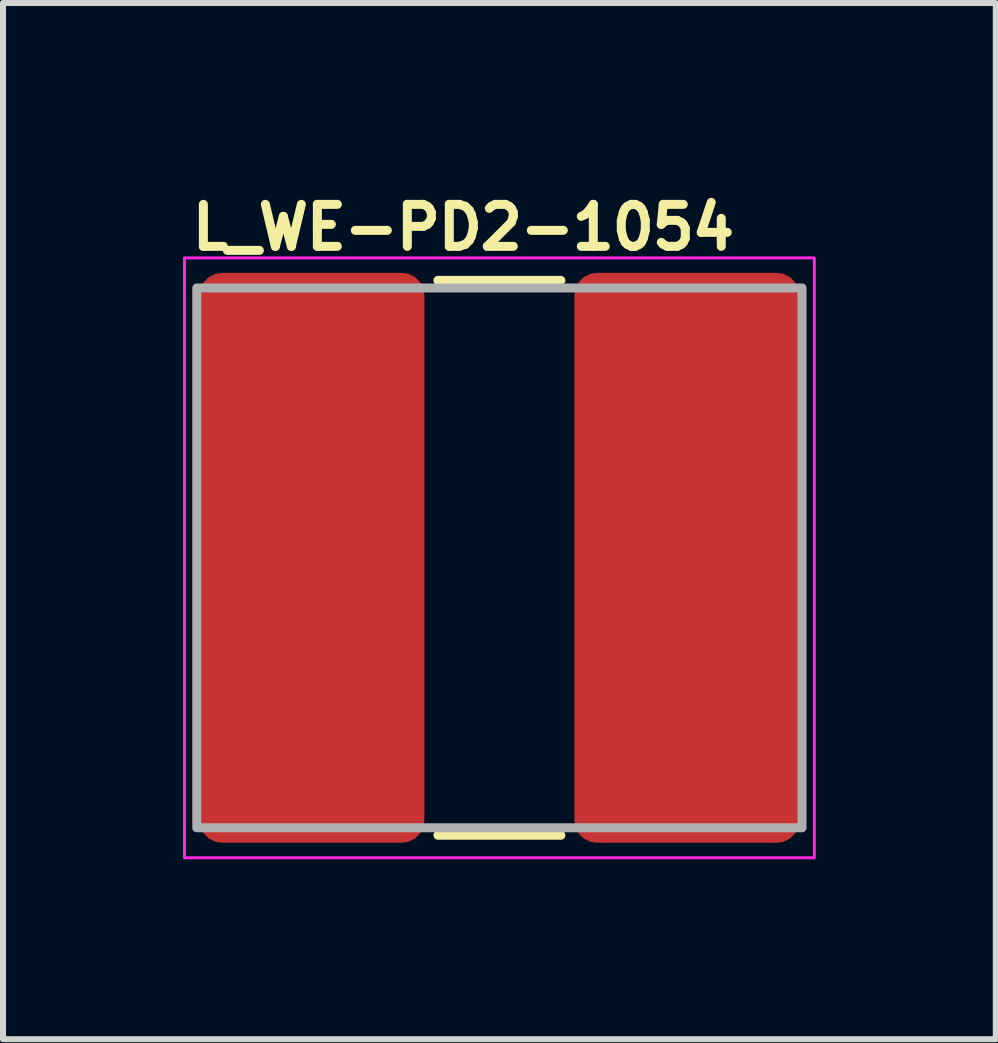
<source format=kicad_pcb>
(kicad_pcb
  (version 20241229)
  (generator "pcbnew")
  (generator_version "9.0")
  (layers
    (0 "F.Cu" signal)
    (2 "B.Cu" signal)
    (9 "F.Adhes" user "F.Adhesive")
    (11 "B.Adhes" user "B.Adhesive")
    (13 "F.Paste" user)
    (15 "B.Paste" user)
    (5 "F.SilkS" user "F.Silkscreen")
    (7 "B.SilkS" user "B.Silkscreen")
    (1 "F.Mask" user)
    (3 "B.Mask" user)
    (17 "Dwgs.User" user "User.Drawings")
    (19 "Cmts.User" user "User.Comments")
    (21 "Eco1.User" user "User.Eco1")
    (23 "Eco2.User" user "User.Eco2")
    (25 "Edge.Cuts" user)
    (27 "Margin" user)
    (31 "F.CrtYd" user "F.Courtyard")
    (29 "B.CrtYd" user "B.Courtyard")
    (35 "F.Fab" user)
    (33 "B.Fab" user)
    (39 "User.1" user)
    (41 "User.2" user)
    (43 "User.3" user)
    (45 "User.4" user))
  (footprint "L_WE-PD2-1054"
    (layer "F.Cu")
    (at 5.275 6.249)
    (property "Reference" "L_WE-PD2-1054" (at -5.2 -5.099 0) (layer "F.SilkS") (effects (font (size 0.7 0.7) (thickness 0.15)) (justify left bottom)))
    (attr smd)
    (fp_line (start 1.025 -4.625) (end -1.025 -4.625) (stroke (width 0.15) (type solid)) (layer "F.SilkS"))
    (fp_line (start 1.025 4.625) (end -1.025 4.625) (stroke (width 0.15) (type solid)) (layer "F.SilkS"))
    (fp_rect (start -5.25 -5) (end 5.25 5) (stroke (width 0.05) (type solid)) (fill no) (layer "F.CrtYd"))
    (fp_rect (start -5.045 -4.499) (end 5.045 4.5) (stroke (width 0.15) (type solid)) (fill no) (layer "F.Fab"))
    (fp_rect (start -5.05 -4.5) (end 5.05 4.5) (stroke (width 0.1) (type solid)) (fill no) (layer "User.5"))
    (fp_line (start -5.045 -0.001) (end -5.043 0.017) (stroke (width 0.02) (type solid)) (layer "User.9"))
    (fp_line (start -5.043 -0.035) (end -5.043 -0.018) (stroke (width 0.02) (type solid)) (layer "User.9"))
    (fp_line (start -5.043 -0.018) (end -5.045 -0.001) (stroke (width 0.02) (type solid)) (layer "User.9"))
    (fp_line (start -5.043 0.017) (end -5.043 0.035) (stroke (width 0.02) (type solid)) (layer "User.9"))
    (fp_line (start -5.043 0.035) (end -5.04 0.052) (stroke (width 0.02) (type solid)) (layer "User.9"))
    (fp_line (start -5.04 -0.052) (end -5.043 -0.035) (stroke (width 0.02) (type solid)) (layer "User.9"))
    (fp_line (start -5.04 0.052) (end -5.035 0.069) (stroke (width 0.02) (type solid)) (layer "User.9"))
    (fp_line (start -5.035 -0.069) (end -5.04 -0.052) (stroke (width 0.02) (type solid)) (layer "User.9"))
    (fp_line (start -5.035 0.069) (end -5.031 0.085) (stroke (width 0.02) (type solid)) (layer "User.9"))
    (fp_line (start -5.031 -0.085) (end -5.035 -0.069) (stroke (width 0.02) (type solid)) (layer "User.9"))
    (fp_line (start -5.031 0.085) (end -5.024 0.102) (stroke (width 0.02) (type solid)) (layer "User.9"))
    (fp_line (start -5.024 -0.102) (end -5.031 -0.085) (stroke (width 0.02) (type solid)) (layer "User.9"))
    (fp_line (start -5.024 0.102) (end -5.016 0.12) (stroke (width 0.02) (type solid)) (layer "User.9"))
    (fp_line (start -5.016 -0.12) (end -5.024 -0.102) (stroke (width 0.02) (type solid)) (layer "User.9"))
    (fp_line (start -5.016 0.12) (end -5.008 0.136) (stroke (width 0.02) (type solid)) (layer "User.9"))
    (fp_line (start -5.008 -0.136) (end -5.016 -0.12) (stroke (width 0.02) (type solid)) (layer "User.9"))
    (fp_line (start -5.008 -0.136) (end -5.008 -0.136) (stroke (width 0.02) (type solid)) (layer "User.9"))
    (fp_line (start -5.008 0.136) (end -5.008 0.136) (stroke (width 0.02) (type solid)) (layer "User.9"))
    (fp_line (start -5.008 0.136) (end -5.003 0.142) (stroke (width 0.02) (type solid)) (layer "User.9"))
    (fp_line (start -5.003 0.142) (end -5 0.151) (stroke (width 0.02) (type solid)) (layer "User.9"))
    (fp_line (start -5 -0.151) (end -5.008 -0.136) (stroke (width 0.02) (type solid)) (layer "User.9"))
    (fp_line (start -5 0.151) (end -4.995 0.158) (stroke (width 0.02) (type solid)) (layer "User.9"))
    (fp_line (start -4.999 0.152) (end -4.973 0.521) (stroke (width 0.02) (type solid)) (layer "User.9"))
    (fp_line (start -4.995 0.158) (end -4.989 0.166) (stroke (width 0.02) (type solid)) (layer "User.9"))
    (fp_line (start -4.989 -0.337) (end -4.999 -0.152) (stroke (width 0.02) (type solid)) (layer "User.9"))
    (fp_line (start -4.989 -0.166) (end -5 -0.151) (stroke (width 0.02) (type solid)) (layer "User.9"))
    (fp_line (start -4.989 0.166) (end -4.984 0.172) (stroke (width 0.02) (type solid)) (layer "User.9"))
    (fp_line (start -4.984 0.172) (end -4.978 0.179) (stroke (width 0.02) (type solid)) (layer "User.9"))
    (fp_line (start -4.978 -0.179) (end -4.989 -0.166) (stroke (width 0.02) (type solid)) (layer "User.9"))
    (fp_line (start -4.978 0.179) (end -4.971 0.186) (stroke (width 0.02) (type solid)) (layer "User.9"))
    (fp_line (start -4.973 -0.521) (end -4.989 -0.337) (stroke (width 0.02) (type solid)) (layer "User.9"))
    (fp_line (start -4.973 0.521) (end -4.918 0.883) (stroke (width 0.02) (type solid)) (layer "User.9"))
    (fp_line (start -4.971 0.186) (end -4.966 0.192) (stroke (width 0.02) (type solid)) (layer "User.9"))
    (fp_line (start -4.966 -0.192) (end -4.978 -0.179) (stroke (width 0.02) (type solid)) (layer "User.9"))
    (fp_line (start -4.966 0.192) (end -4.958 0.199) (stroke (width 0.02) (type solid)) (layer "User.9"))
    (fp_line (start -4.958 0.199) (end -4.953 0.203) (stroke (width 0.02) (type solid)) (layer "User.9"))
    (fp_line (start -4.953 -0.666) (end -4.952 -0.674) (stroke (width 0.02) (type solid)) (layer "User.9"))
    (fp_line (start -4.953 -0.657) (end -4.953 -0.666) (stroke (width 0.02) (type solid)) (layer "User.9"))
    (fp_line (start -4.953 -0.649) (end -4.953 -0.657) (stroke (width 0.02) (type solid)) (layer "User.9"))
    (fp_line (start -4.953 -0.64) (end -4.953 -0.649) (stroke (width 0.02) (type solid)) (layer "User.9"))
    (fp_line (start -4.953 -0.203) (end -4.966 -0.192) (stroke (width 0.02) (type solid)) (layer "User.9"))
    (fp_line (start -4.953 0.203) (end -4.946 0.21) (stroke (width 0.02) (type solid)) (layer "User.9"))
    (fp_line (start -4.953 0.649) (end -4.952 0.632) (stroke (width 0.02) (type solid)) (layer "User.9"))
    (fp_line (start -4.953 0.657) (end -4.953 0.649) (stroke (width 0.02) (type solid)) (layer "User.9"))
    (fp_line (start -4.953 0.666) (end -4.953 0.657) (stroke (width 0.02) (type solid)) (layer "User.9"))
    (fp_line (start -4.952 -0.674) (end -4.95 -0.683) (stroke (width 0.02) (type solid)) (layer "User.9"))
    (fp_line (start -4.952 -0.632) (end -4.953 -0.64) (stroke (width 0.02) (type solid)) (layer "User.9"))
    (fp_line (start -4.952 0.632) (end -4.949 0.615) (stroke (width 0.02) (type solid)) (layer "User.9"))
    (fp_line (start -4.952 0.674) (end -4.953 0.666) (stroke (width 0.02) (type solid)) (layer "User.9"))
    (fp_line (start -4.95 -0.683) (end -4.891 -1.012) (stroke (width 0.02) (type solid)) (layer "User.9"))
    (fp_line (start -4.95 -0.623) (end -4.952 -0.632) (stroke (width 0.02) (type solid)) (layer "User.9"))
    (fp_line (start -4.95 0.682) (end -4.952 0.674) (stroke (width 0.02) (type solid)) (layer "User.9"))
    (fp_line (start -4.949 -0.703) (end -4.973 -0.521) (stroke (width 0.02) (type solid)) (layer "User.9"))
    (fp_line (start -4.949 -0.615) (end -4.95 -0.623) (stroke (width 0.02) (type solid)) (layer "User.9"))
    (fp_line (start -4.949 0.615) (end -4.945 0.599) (stroke (width 0.02) (type solid)) (layer "User.9"))
    (fp_line (start -4.947 -0.607) (end -4.949 -0.615) (stroke (width 0.02) (type solid)) (layer "User.9"))
    (fp_line (start -4.946 0.21) (end -4.939 0.216) (stroke (width 0.02) (type solid)) (layer "User.9"))
    (fp_line (start -4.945 -0.599) (end -4.947 -0.607) (stroke (width 0.02) (type solid)) (layer "User.9"))
    (fp_line (start -4.945 0.599) (end -4.939 0.583) (stroke (width 0.02) (type solid)) (layer "User.9"))
    (fp_line (start -4.942 -0.591) (end -4.945 -0.599) (stroke (width 0.02) (type solid)) (layer "User.9"))
    (fp_line (start -4.939 -0.583) (end -4.942 -0.591) (stroke (width 0.02) (type solid)) (layer "User.9"))
    (fp_line (start -4.939 -0.216) (end -4.953 -0.203) (stroke (width 0.02) (type solid)) (layer "User.9"))
    (fp_line (start -4.939 0.216) (end -4.932 0.221) (stroke (width 0.02) (type solid)) (layer "User.9"))
    (fp_line (start -4.939 0.583) (end -4.933 0.565) (stroke (width 0.02) (type solid)) (layer "User.9"))
    (fp_line (start -4.937 -0.575) (end -4.939 -0.583) (stroke (width 0.02) (type solid)) (layer "User.9"))
    (fp_line (start -4.933 -0.566) (end -4.937 -0.575) (stroke (width 0.02) (type solid)) (layer "User.9"))
    (fp_line (start -4.933 0.565) (end -4.925 0.552) (stroke (width 0.02) (type solid)) (layer "User.9"))
    (fp_line (start -4.932 0.221) (end -4.925 0.226) (stroke (width 0.02) (type solid)) (layer "User.9"))
    (fp_line (start -4.929 -0.56) (end -4.933 -0.566) (stroke (width 0.02) (type solid)) (layer "User.9"))
    (fp_line (start -4.925 -0.553) (end -4.929 -0.56) (stroke (width 0.02) (type solid)) (layer "User.9"))
    (fp_line (start -4.925 -0.226) (end -4.939 -0.216) (stroke (width 0.02) (type solid)) (layer "User.9"))
    (fp_line (start -4.925 0.226) (end -4.917 0.231) (stroke (width 0.02) (type solid)) (layer "User.9"))
    (fp_line (start -4.925 0.552) (end -4.916 0.539) (stroke (width 0.02) (type solid)) (layer "User.9"))
    (fp_line (start -4.923 0.849) (end -4.95 0.682) (stroke (width 0.02) (type solid)) (layer "User.9"))
    (fp_line (start -4.921 -0.546) (end -4.925 -0.553) (stroke (width 0.02) (type solid)) (layer "User.9"))
    (fp_line (start -4.918 -0.883) (end -4.949 -0.703) (stroke (width 0.02) (type solid)) (layer "User.9"))
    (fp_line (start -4.918 0.883) (end -4.837 1.237) (stroke (width 0.02) (type solid)) (layer "User.9"))
    (fp_line (start -4.917 0.231) (end -4.91 0.234) (stroke (width 0.02) (type solid)) (layer "User.9"))
    (fp_line (start -4.916 -0.539) (end -4.921 -0.546) (stroke (width 0.02) (type solid)) (layer "User.9"))
    (fp_line (start -4.916 0.539) (end -4.906 0.526) (stroke (width 0.02) (type solid)) (layer "User.9"))
    (fp_line (start -4.91 -0.532) (end -4.916 -0.539) (stroke (width 0.02) (type solid)) (layer "User.9"))
    (fp_line (start -4.91 -0.234) (end -4.925 -0.226) (stroke (width 0.02) (type solid)) (layer "User.9"))
    (fp_line (start -4.91 0.234) (end -4.902 0.238) (stroke (width 0.02) (type solid)) (layer "User.9"))
    (fp_line (start -4.906 -0.526) (end -4.91 -0.532) (stroke (width 0.02) (type solid)) (layer "User.9"))
    (fp_line (start -4.906 0.526) (end -4.894 0.513) (stroke (width 0.02) (type solid)) (layer "User.9"))
    (fp_line (start -4.902 0.238) (end -4.894 0.243) (stroke (width 0.02) (type solid)) (layer "User.9"))
    (fp_line (start -4.901 -0.519) (end -4.906 -0.526) (stroke (width 0.02) (type solid)) (layer "User.9"))
    (fp_line (start -4.894 -0.513) (end -4.901 -0.519) (stroke (width 0.02) (type solid)) (layer "User.9"))
    (fp_line (start -4.894 -0.243) (end -4.91 -0.234) (stroke (width 0.02) (type solid)) (layer "User.9"))
    (fp_line (start -4.894 0.243) (end -4.885 0.247) (stroke (width 0.02) (type solid)) (layer "User.9"))
    (fp_line (start -4.894 0.513) (end -4.883 0.502) (stroke (width 0.02) (type solid)) (layer "User.9"))
    (fp_line (start -4.891 -1.012) (end -4.809 -1.334) (stroke (width 0.02) (type solid)) (layer "User.9"))
    (fp_line (start -4.891 1.012) (end -4.923 0.849) (stroke (width 0.02) (type solid)) (layer "User.9"))
    (fp_line (start -4.889 -0.507) (end -4.894 -0.513) (stroke (width 0.02) (type solid)) (layer "User.9"))
    (fp_line (start -4.885 0.247) (end -4.878 0.251) (stroke (width 0.02) (type solid)) (layer "User.9"))
    (fp_line (start -4.883 -0.502) (end -4.889 -0.507) (stroke (width 0.02) (type solid)) (layer "User.9"))
    (fp_line (start -4.883 0.502) (end -4.869 0.492) (stroke (width 0.02) (type solid)) (layer "User.9"))
    (fp_line (start -4.881 -1.062) (end -4.918 -0.883) (stroke (width 0.02) (type solid)) (layer "User.9"))
    (fp_line (start -4.878 -0.251) (end -4.894 -0.243) (stroke (width 0.02) (type solid)) (layer "User.9"))
    (fp_line (start -4.878 0.251) (end -4.87 0.254) (stroke (width 0.02) (type solid)) (layer "User.9"))
    (fp_line (start -4.875 -0.497) (end -4.883 -0.502) (stroke (width 0.02) (type solid)) (layer "User.9"))
    (fp_line (start -4.87 0.254) (end -4.861 0.257) (stroke (width 0.02) (type solid)) (layer "User.9"))
    (fp_line (start -4.869 -0.492) (end -4.875 -0.497) (stroke (width 0.02) (type solid)) (layer "User.9"))
    (fp_line (start -4.869 0.492) (end -4.855 0.482) (stroke (width 0.02) (type solid)) (layer "User.9"))
    (fp_line (start -4.862 -0.487) (end -4.869 -0.492) (stroke (width 0.02) (type solid)) (layer "User.9"))
    (fp_line (start -4.861 -0.257) (end -4.878 -0.251) (stroke (width 0.02) (type solid)) (layer "User.9"))
    (fp_line (start -4.861 0.257) (end -4.853 0.26) (stroke (width 0.02) (type solid)) (layer "User.9"))
    (fp_line (start -4.855 -0.482) (end -4.862 -0.487) (stroke (width 0.02) (type solid)) (layer "User.9"))
    (fp_line (start -4.855 0.482) (end -4.846 0.476) (stroke (width 0.02) (type solid)) (layer "User.9"))
    (fp_line (start -4.853 0.26) (end -4.845 0.262) (stroke (width 0.02) (type solid)) (layer "User.9"))
    (fp_line (start -4.846 -0.477) (end -4.855 -0.482) (stroke (width 0.02) (type solid)) (layer "User.9"))
    (fp_line (start -4.846 0.476) (end -4.84 0.472) (stroke (width 0.02) (type solid)) (layer "User.9"))
    (fp_line (start -4.845 -0.262) (end -4.861 -0.257) (stroke (width 0.02) (type solid)) (layer "User.9"))
    (fp_line (start -4.845 0.262) (end -4.836 0.264) (stroke (width 0.02) (type solid)) (layer "User.9"))
    (fp_line (start -4.84 -0.473) (end -4.846 -0.477) (stroke (width 0.02) (type solid)) (layer "User.9"))
    (fp_line (start -4.84 0.472) (end -4.832 0.468) (stroke (width 0.02) (type solid)) (layer "User.9"))
    (fp_line (start -4.837 -1.237) (end -4.881 -1.062) (stroke (width 0.02) (type solid)) (layer "User.9"))
    (fp_line (start -4.837 1.237) (end -4.73 1.582) (stroke (width 0.02) (type solid)) (layer "User.9"))
    (fp_line (start -4.836 0.264) (end -4.827 0.265) (stroke (width 0.02) (type solid)) (layer "User.9"))
    (fp_line (start -4.832 -0.469) (end -4.84 -0.473) (stroke (width 0.02) (type solid)) (layer "User.9"))
    (fp_line (start -4.832 0.468) (end -4.824 0.467) (stroke (width 0.02) (type solid)) (layer "User.9"))
    (fp_line (start -4.827 -0.266) (end -4.845 -0.262) (stroke (width 0.02) (type solid)) (layer "User.9"))
    (fp_line (start -4.827 0.265) (end -4.817 0.267) (stroke (width 0.02) (type solid)) (layer "User.9"))
    (fp_line (start -4.824 -0.467) (end -4.832 -0.469) (stroke (width 0.02) (type solid)) (layer "User.9"))
    (fp_line (start -4.824 -0.467) (end -4.806 -0.46) (stroke (width 0.02) (type solid)) (layer "User.9"))
    (fp_line (start -4.824 -0.467) (end -4.806 -0.46) (stroke (width 0.02) (type solid)) (layer "User.9"))
    (fp_line (start -4.817 0.267) (end -4.809 0.268) (stroke (width 0.02) (type solid)) (layer "User.9"))
    (fp_line (start -4.809 -1.334) (end -4.705 -1.645) (stroke (width 0.02) (type solid)) (layer "User.9"))
    (fp_line (start -4.809 -0.269) (end -4.827 -0.266) (stroke (width 0.02) (type solid)) (layer "User.9"))
    (fp_line (start -4.809 0.268) (end -4.801 0.269) (stroke (width 0.02) (type solid)) (layer "User.9"))
    (fp_line (start -4.809 1.335) (end -4.891 1.012) (stroke (width 0.02) (type solid)) (layer "User.9"))
    (fp_line (start -4.806 -0.46) (end -4.788 -0.452) (stroke (width 0.02) (type solid)) (layer "User.9"))
    (fp_line (start -4.806 -0.46) (end -4.788 -0.452) (stroke (width 0.02) (type solid)) (layer "User.9"))
    (fp_line (start -4.801 0.269) (end -4.792 0.27) (stroke (width 0.02) (type solid)) (layer "User.9"))
    (fp_line (start -4.792 -0.271) (end -4.809 -0.269) (stroke (width 0.02) (type solid)) (layer "User.9"))
    (fp_line (start -4.792 0.27) (end -4.782 0.27) (stroke (width 0.02) (type solid)) (layer "User.9"))
    (fp_line (start -4.788 -0.452) (end -4.771 -0.444) (stroke (width 0.02) (type solid)) (layer "User.9"))
    (fp_line (start -4.788 -0.452) (end -4.771 -0.444) (stroke (width 0.02) (type solid)) (layer "User.9"))
    (fp_line (start -4.788 0.452) (end -4.824 0.467) (stroke (width 0.02) (type solid)) (layer "User.9"))
    (fp_line (start -4.788 0.452) (end -4.824 0.467) (stroke (width 0.02) (type solid)) (layer "User.9"))
    (fp_line (start -4.787 -1.411) (end -4.837 -1.237) (stroke (width 0.02) (type solid)) (layer "User.9"))
    (fp_line (start -4.782 0.27) (end -4.774 0.271) (stroke (width 0.02) (type solid)) (layer "User.9"))
    (fp_line (start -4.773 -0.271) (end -4.792 -0.271) (stroke (width 0.02) (type solid)) (layer "User.9"))
    (fp_line (start -4.771 -0.444) (end -4.753 -0.435) (stroke (width 0.02) (type solid)) (layer "User.9"))
    (fp_line (start -4.771 -0.444) (end -4.753 -0.435) (stroke (width 0.02) (type solid)) (layer "User.9"))
    (fp_line (start -4.753 -0.435) (end -4.737 -0.425) (stroke (width 0.02) (type solid)) (layer "User.9"))
    (fp_line (start -4.753 -0.435) (end -4.737 -0.425) (stroke (width 0.02) (type solid)) (layer "User.9"))
    (fp_line (start -4.753 0.435) (end -4.788 0.452) (stroke (width 0.02) (type solid)) (layer "User.9"))
    (fp_line (start -4.753 0.435) (end -4.788 0.452) (stroke (width 0.02) (type solid)) (layer "User.9"))
    (fp_line (start -4.737 -0.425) (end -4.721 -0.414) (stroke (width 0.02) (type solid)) (layer "User.9"))
    (fp_line (start -4.737 -0.425) (end -4.721 -0.414) (stroke (width 0.02) (type solid)) (layer "User.9"))
    (fp_line (start -4.73 -1.582) (end -4.787 -1.411) (stroke (width 0.02) (type solid)) (layer "User.9"))
    (fp_line (start -4.73 1.582) (end -4.596 1.915) (stroke (width 0.02) (type solid)) (layer "User.9"))
    (fp_line (start -4.721 -0.414) (end -4.705 -0.404) (stroke (width 0.02) (type solid)) (layer "User.9"))
    (fp_line (start -4.721 -0.414) (end -4.705 -0.404) (stroke (width 0.02) (type solid)) (layer "User.9"))
    (fp_line (start -4.721 0.413) (end -4.753 0.435) (stroke (width 0.02) (type solid)) (layer "User.9"))
    (fp_line (start -4.721 0.413) (end -4.753 0.435) (stroke (width 0.02) (type solid)) (layer "User.9"))
    (fp_line (start -4.705 -1.645) (end -4.58 -1.949) (stroke (width 0.02) (type solid)) (layer "User.9"))
    (fp_line (start -4.705 -0.404) (end -4.691 -0.392) (stroke (width 0.02) (type solid)) (layer "User.9"))
    (fp_line (start -4.705 -0.404) (end -4.691 -0.392) (stroke (width 0.02) (type solid)) (layer "User.9"))
    (fp_line (start -4.705 1.645) (end -4.809 1.335) (stroke (width 0.02) (type solid)) (layer "User.9"))
    (fp_line (start -4.691 -0.392) (end -4.676 -0.38) (stroke (width 0.02) (type solid)) (layer "User.9"))
    (fp_line (start -4.691 -0.392) (end -4.676 -0.38) (stroke (width 0.02) (type solid)) (layer "User.9"))
    (fp_line (start -4.691 0.392) (end -4.721 0.413) (stroke (width 0.02) (type solid)) (layer "User.9"))
    (fp_line (start -4.691 0.392) (end -4.721 0.413) (stroke (width 0.02) (type solid)) (layer "User.9"))
    (fp_line (start -4.676 -0.38) (end -4.663 -0.368) (stroke (width 0.02) (type solid)) (layer "User.9"))
    (fp_line (start -4.676 -0.38) (end -4.663 -0.368) (stroke (width 0.02) (type solid)) (layer "User.9"))
    (fp_line (start -4.667 -1.75) (end -4.73 -1.582) (stroke (width 0.02) (type solid)) (layer "User.9"))
    (fp_line (start -4.663 -0.368) (end -4.649 -0.355) (stroke (width 0.02) (type solid)) (layer "User.9"))
    (fp_line (start -4.663 -0.368) (end -4.649 -0.355) (stroke (width 0.02) (type solid)) (layer "User.9"))
    (fp_line (start -4.663 0.368) (end -4.691 0.392) (stroke (width 0.02) (type solid)) (layer "User.9"))
    (fp_line (start -4.663 0.368) (end -4.691 0.392) (stroke (width 0.02) (type solid)) (layer "User.9"))
    (fp_line (start -4.649 -0.355) (end -4.636 -0.342) (stroke (width 0.02) (type solid)) (layer "User.9"))
    (fp_line (start -4.649 -0.355) (end -4.636 -0.342) (stroke (width 0.02) (type solid)) (layer "User.9"))
    (fp_line (start -4.636 -0.342) (end -4.623 -0.328) (stroke (width 0.02) (type solid)) (layer "User.9"))
    (fp_line (start -4.636 -0.342) (end -4.623 -0.328) (stroke (width 0.02) (type solid)) (layer "User.9"))
    (fp_line (start -4.636 0.342) (end -4.663 0.368) (stroke (width 0.02) (type solid)) (layer "User.9"))
    (fp_line (start -4.636 0.342) (end -4.663 0.368) (stroke (width 0.02) (type solid)) (layer "User.9"))
    (fp_line (start -4.623 -0.328) (end -4.611 -0.314) (stroke (width 0.02) (type solid)) (layer "User.9"))
    (fp_line (start -4.623 -0.328) (end -4.611 -0.314) (stroke (width 0.02) (type solid)) (layer "User.9"))
    (fp_line (start -4.611 -0.314) (end -4.6 -0.299) (stroke (width 0.02) (type solid)) (layer "User.9"))
    (fp_line (start -4.611 -0.314) (end -4.6 -0.299) (stroke (width 0.02) (type solid)) (layer "User.9"))
    (fp_line (start -4.611 0.314) (end -4.636 0.342) (stroke (width 0.02) (type solid)) (layer "User.9"))
    (fp_line (start -4.611 0.314) (end -4.636 0.342) (stroke (width 0.02) (type solid)) (layer "User.9"))
    (fp_line (start -4.6 -0.299) (end -4.589 -0.283) (stroke (width 0.02) (type solid)) (layer "User.9"))
    (fp_line (start -4.6 -0.299) (end -4.589 -0.283) (stroke (width 0.02) (type solid)) (layer "User.9"))
    (fp_line (start -4.596 -1.915) (end -4.667 -1.75) (stroke (width 0.02) (type solid)) (layer "User.9"))
    (fp_line (start -4.596 1.915) (end -4.439 2.236) (stroke (width 0.02) (type solid)) (layer "User.9"))
    (fp_line (start -4.589 -0.283) (end -4.579 -0.268) (stroke (width 0.02) (type solid)) (layer "User.9"))
    (fp_line (start -4.589 -0.283) (end -4.579 -0.268) (stroke (width 0.02) (type solid)) (layer "User.9"))
    (fp_line (start -4.589 0.282) (end -4.611 0.314) (stroke (width 0.02) (type solid)) (layer "User.9"))
    (fp_line (start -4.589 0.282) (end -4.611 0.314) (stroke (width 0.02) (type solid)) (layer "User.9"))
    (fp_line (start -4.58 -1.949) (end -4.436 -2.241) (stroke (width 0.02) (type solid)) (layer "User.9"))
    (fp_line (start -4.58 -0.271) (end -4.773 -0.271) (stroke (width 0.02) (type solid)) (layer "User.9"))
    (fp_line (start -4.58 0.271) (end -4.773 0.271) (stroke (width 0.02) (type solid)) (layer "User.9"))
    (fp_line (start -4.58 1.949) (end -4.705 1.645) (stroke (width 0.02) (type solid)) (layer "User.9"))
    (fp_line (start -4.579 -0.268) (end -4.569 -0.252) (stroke (width 0.02) (type solid)) (layer "User.9"))
    (fp_line (start -4.579 -0.268) (end -4.569 -0.252) (stroke (width 0.02) (type solid)) (layer "User.9"))
    (fp_line (start -4.569 -0.252) (end -4.559 -0.234) (stroke (width 0.02) (type solid)) (layer "User.9"))
    (fp_line (start -4.569 -0.252) (end -4.559 -0.234) (stroke (width 0.02) (type solid)) (layer "User.9"))
    (fp_line (start -4.569 0.252) (end -4.589 0.282) (stroke (width 0.02) (type solid)) (layer "User.9"))
    (fp_line (start -4.569 0.252) (end -4.589 0.282) (stroke (width 0.02) (type solid)) (layer "User.9"))
    (fp_line (start -4.559 -0.234) (end -4.551 -0.219) (stroke (width 0.02) (type solid)) (layer "User.9"))
    (fp_line (start -4.559 -0.234) (end -4.551 -0.219) (stroke (width 0.02) (type solid)) (layer "User.9"))
    (fp_line (start -4.551 -0.219) (end -4.543 -0.202) (stroke (width 0.02) (type solid)) (layer "User.9"))
    (fp_line (start -4.551 -0.219) (end -4.543 -0.202) (stroke (width 0.02) (type solid)) (layer "User.9"))
    (fp_line (start -4.551 0.219) (end -4.569 0.252) (stroke (width 0.02) (type solid)) (layer "User.9"))
    (fp_line (start -4.551 0.219) (end -4.569 0.252) (stroke (width 0.02) (type solid)) (layer "User.9"))
    (fp_line (start -4.543 -0.202) (end -4.535 -0.185) (stroke (width 0.02) (type solid)) (layer "User.9"))
    (fp_line (start -4.543 -0.202) (end -4.535 -0.185) (stroke (width 0.02) (type solid)) (layer "User.9"))
    (fp_line (start -4.535 -0.185) (end -4.53 -0.168) (stroke (width 0.02) (type solid)) (layer "User.9"))
    (fp_line (start -4.535 -0.185) (end -4.53 -0.168) (stroke (width 0.02) (type solid)) (layer "User.9"))
    (fp_line (start -4.535 0.185) (end -4.551 0.219) (stroke (width 0.02) (type solid)) (layer "User.9"))
    (fp_line (start -4.535 0.185) (end -4.551 0.219) (stroke (width 0.02) (type solid)) (layer "User.9"))
    (fp_line (start -4.53 -0.168) (end -4.524 -0.15) (stroke (width 0.02) (type solid)) (layer "User.9"))
    (fp_line (start -4.53 -0.168) (end -4.524 -0.15) (stroke (width 0.02) (type solid)) (layer "User.9"))
    (fp_line (start -4.524 -0.15) (end -4.518 -0.132) (stroke (width 0.02) (type solid)) (layer "User.9"))
    (fp_line (start -4.524 -0.15) (end -4.518 -0.132) (stroke (width 0.02) (type solid)) (layer "User.9"))
    (fp_line (start -4.524 0.15) (end -4.535 0.185) (stroke (width 0.02) (type solid)) (layer "User.9"))
    (fp_line (start -4.524 0.15) (end -4.535 0.185) (stroke (width 0.02) (type solid)) (layer "User.9"))
    (fp_line (start -4.522 -2.077) (end -4.596 -1.915) (stroke (width 0.02) (type solid)) (layer "User.9"))
    (fp_line (start -4.518 -0.132) (end -4.514 -0.113) (stroke (width 0.02) (type solid)) (layer "User.9"))
    (fp_line (start -4.518 -0.132) (end -4.514 -0.113) (stroke (width 0.02) (type solid)) (layer "User.9"))
    (fp_line (start -4.514 -0.113) (end -4.51 -0.095) (stroke (width 0.02) (type solid)) (layer "User.9"))
    (fp_line (start -4.514 -0.113) (end -4.51 -0.095) (stroke (width 0.02) (type solid)) (layer "User.9"))
    (fp_line (start -4.514 0.114) (end -4.524 0.15) (stroke (width 0.02) (type solid)) (layer "User.9"))
    (fp_line (start -4.514 0.114) (end -4.524 0.15) (stroke (width 0.02) (type solid)) (layer "User.9"))
    (fp_line (start -4.51 -0.095) (end -4.506 -0.076) (stroke (width 0.02) (type solid)) (layer "User.9"))
    (fp_line (start -4.51 -0.095) (end -4.506 -0.076) (stroke (width 0.02) (type solid)) (layer "User.9"))
    (fp_line (start -4.506 -0.076) (end -4.503 -0.057) (stroke (width 0.02) (type solid)) (layer "User.9"))
    (fp_line (start -4.506 -0.076) (end -4.503 -0.057) (stroke (width 0.02) (type solid)) (layer "User.9"))
    (fp_line (start -4.506 0.076) (end -4.514 0.114) (stroke (width 0.02) (type solid)) (layer "User.9"))
    (fp_line (start -4.506 0.076) (end -4.514 0.114) (stroke (width 0.02) (type solid)) (layer "User.9"))
    (fp_line (start -4.503 -0.057) (end -4.502 -0.038) (stroke (width 0.02) (type solid)) (layer "User.9"))
    (fp_line (start -4.503 -0.057) (end -4.502 -0.038) (stroke (width 0.02) (type solid)) (layer "User.9"))
    (fp_line (start -4.502 -0.038) (end -4.5 -0.02) (stroke (width 0.02) (type solid)) (layer "User.9"))
    (fp_line (start -4.502 -0.038) (end -4.5 -0.02) (stroke (width 0.02) (type solid)) (layer "User.9"))
    (fp_line (start -4.502 0.038) (end -4.506 0.076) (stroke (width 0.02) (type solid)) (layer "User.9"))
    (fp_line (start -4.502 0.038) (end -4.506 0.076) (stroke (width 0.02) (type solid)) (layer "User.9"))
    (fp_line (start -4.5 -0.02) (end -4.5 0) (stroke (width 0.02) (type solid)) (layer "User.9"))
    (fp_line (start -4.5 -0.02) (end -4.5 0) (stroke (width 0.02) (type solid)) (layer "User.9"))
    (fp_line (start -4.5 0) (end -4.502 0.038) (stroke (width 0.02) (type solid)) (layer "User.9"))
    (fp_line (start -4.5 0) (end -4.502 0.038) (stroke (width 0.02) (type solid)) (layer "User.9"))
    (fp_line (start -4.5 0) (end -4.5 0) (stroke (width 0.02) (type solid)) (layer "User.9"))
    (fp_line (start -4.5 0) (end -4.5 0) (stroke (width 0.02) (type solid)) (layer "User.9"))
    (fp_line (start -4.439 -2.236) (end -4.522 -2.077) (stroke (width 0.02) (type solid)) (layer "User.9"))
    (fp_line (start -4.439 2.236) (end -4.261 2.545) (stroke (width 0.02) (type solid)) (layer "User.9"))
    (fp_line (start -4.436 -2.241) (end -4.274 -2.521) (stroke (width 0.02) (type solid)) (layer "User.9"))
    (fp_line (start -4.436 2.242) (end -4.58 1.949) (stroke (width 0.02) (type solid)) (layer "User.9"))
    (fp_line (start -4.354 -2.392) (end -4.439 -2.236) (stroke (width 0.02) (type solid)) (layer "User.9"))
    (fp_line (start -4.274 -2.521) (end -4.091 -2.79) (stroke (width 0.02) (type solid)) (layer "User.9"))
    (fp_line (start -4.274 2.521) (end -4.436 2.242) (stroke (width 0.02) (type solid)) (layer "User.9"))
    (fp_line (start -4.261 -2.544) (end -4.354 -2.392) (stroke (width 0.02) (type solid)) (layer "User.9"))
    (fp_line (start -4.261 2.545) (end -4.057 2.837) (stroke (width 0.02) (type solid)) (layer "User.9"))
    (fp_line (start -4.162 -2.692) (end -4.261 -2.544) (stroke (width 0.02) (type solid)) (layer "User.9"))
    (fp_line (start -4.091 -2.79) (end -3.891 -3.045) (stroke (width 0.02) (type solid)) (layer "User.9"))
    (fp_line (start -4.091 2.79) (end -4.274 2.521) (stroke (width 0.02) (type solid)) (layer "User.9"))
    (fp_line (start -4.057 -2.837) (end -4.162 -2.692) (stroke (width 0.02) (type solid)) (layer "User.9"))
    (fp_line (start -4.057 2.837) (end -3.835 3.114) (stroke (width 0.02) (type solid)) (layer "User.9"))
    (fp_line (start -3.948 -2.977) (end -4.057 -2.837) (stroke (width 0.02) (type solid)) (layer "User.9"))
    (fp_line (start -3.891 -3.045) (end -3.676 -3.286) (stroke (width 0.02) (type solid)) (layer "User.9"))
    (fp_line (start -3.891 3.045) (end -4.091 2.79) (stroke (width 0.02) (type solid)) (layer "User.9"))
    (fp_line (start -3.835 -3.114) (end -3.948 -2.977) (stroke (width 0.02) (type solid)) (layer "User.9"))
    (fp_line (start -3.835 3.114) (end -3.591 3.373) (stroke (width 0.02) (type solid)) (layer "User.9"))
    (fp_line (start -3.715 -3.246) (end -3.835 -3.114) (stroke (width 0.02) (type solid)) (layer "User.9"))
    (fp_line (start -3.676 -3.286) (end -3.443 -3.512) (stroke (width 0.02) (type solid)) (layer "User.9"))
    (fp_line (start -3.676 3.286) (end -3.891 3.045) (stroke (width 0.02) (type solid)) (layer "User.9"))
    (fp_line (start -3.591 -3.373) (end -3.715 -3.246) (stroke (width 0.02) (type solid)) (layer "User.9"))
    (fp_line (start -3.591 3.373) (end -3.326 3.615) (stroke (width 0.02) (type solid)) (layer "User.9"))
    (fp_line (start -3.461 -3.496) (end -3.591 -3.373) (stroke (width 0.02) (type solid)) (layer "User.9"))
    (fp_line (start -3.443 -3.512) (end -3.195 -3.722) (stroke (width 0.02) (type solid)) (layer "User.9"))
    (fp_line (start -3.443 3.513) (end -3.676 3.286) (stroke (width 0.02) (type solid)) (layer "User.9"))
    (fp_line (start -3.326 -3.615) (end -3.461 -3.496) (stroke (width 0.02) (type solid)) (layer "User.9"))
    (fp_line (start -3.326 3.615) (end -3.045 3.836) (stroke (width 0.02) (type solid)) (layer "User.9"))
    (fp_line (start -3.195 -3.722) (end -2.932 -3.915) (stroke (width 0.02) (type solid)) (layer "User.9"))
    (fp_line (start -3.195 3.722) (end -3.443 3.513) (stroke (width 0.02) (type solid)) (layer "User.9"))
    (fp_line (start -3.189 -3.728) (end -3.326 -3.615) (stroke (width 0.02) (type solid)) (layer "User.9"))
    (fp_line (start -3.045 -3.836) (end -3.189 -3.728) (stroke (width 0.02) (type solid)) (layer "User.9"))
    (fp_line (start -3.045 3.836) (end -2.746 4.038) (stroke (width 0.02) (type solid)) (layer "User.9"))
    (fp_line (start -2.932 -3.915) (end -2.657 -4.089) (stroke (width 0.02) (type solid)) (layer "User.9"))
    (fp_line (start -2.932 3.916) (end -3.195 3.722) (stroke (width 0.02) (type solid)) (layer "User.9"))
    (fp_line (start -2.899 -3.939) (end -3.045 -3.836) (stroke (width 0.02) (type solid)) (layer "User.9"))
    (fp_line (start -2.746 -4.037) (end -2.899 -3.939) (stroke (width 0.02) (type solid)) (layer "User.9"))
    (fp_line (start -2.746 4.038) (end -2.429 4.215) (stroke (width 0.02) (type solid)) (layer "User.9"))
    (fp_line (start -2.657 -4.089) (end -2.367 -4.246) (stroke (width 0.02) (type solid)) (layer "User.9"))
    (fp_line (start -2.657 4.09) (end -2.932 3.916) (stroke (width 0.02) (type solid)) (layer "User.9"))
    (fp_line (start -2.59 -4.128) (end -2.746 -4.037) (stroke (width 0.02) (type solid)) (layer "User.9"))
    (fp_line (start -2.429 -4.215) (end -2.59 -4.128) (stroke (width 0.02) (type solid)) (layer "User.9"))
    (fp_line (start -2.429 4.215) (end -2.097 4.371) (stroke (width 0.02) (type solid)) (layer "User.9"))
    (fp_line (start -2.367 -4.246) (end -2.064 -4.383) (stroke (width 0.02) (type solid)) (layer "User.9"))
    (fp_line (start -2.367 4.247) (end -2.657 4.09) (stroke (width 0.02) (type solid)) (layer "User.9"))
    (fp_line (start -2.266 -4.295) (end -2.429 -4.215) (stroke (width 0.02) (type solid)) (layer "User.9"))
    (fp_line (start -2.097 -4.37) (end -2.266 -4.295) (stroke (width 0.02) (type solid)) (layer "User.9"))
    (fp_line (start -2.097 4.371) (end -1.75 4.5) (stroke (width 0.02) (type solid)) (layer "User.9"))
    (fp_line (start -2.064 -4.383) (end -1.75 -4.499) (stroke (width 0.02) (type solid)) (layer "User.9"))
    (fp_line (start -2.064 4.384) (end -2.367 4.247) (stroke (width 0.02) (type solid)) (layer "User.9"))
    (fp_line (start -1.927 -4.438) (end -2.097 -4.37) (stroke (width 0.02) (type solid)) (layer "User.9"))
    (fp_line (start -1.909 4.445) (end -2.064 4.384) (stroke (width 0.02) (type solid)) (layer "User.9"))
    (fp_line (start -1.75 -4.499) (end -1.927 -4.438) (stroke (width 0.02) (type solid)) (layer "User.9"))
    (fp_line (start -1.75 -4.499) (end 1.75 -4.499) (stroke (width 0.02) (type solid)) (layer "User.9"))
    (fp_line (start -1.75 4.5) (end -1.909 4.445) (stroke (width 0.02) (type solid)) (layer "User.9"))
    (fp_line (start 1.75 -4.499) (end 1.907 -4.444) (stroke (width 0.02) (type solid)) (layer "User.9"))
    (fp_line (start 1.75 4.5) (end -1.75 4.5) (stroke (width 0.02) (type solid)) (layer "User.9"))
    (fp_line (start 1.907 -4.444) (end 2.062 -4.383) (stroke (width 0.02) (type solid)) (layer "User.9"))
    (fp_line (start 2.062 -4.383) (end 2.365 -4.246) (stroke (width 0.02) (type solid)) (layer "User.9"))
    (fp_line (start 2.062 4.384) (end 1.75 4.5) (stroke (width 0.02) (type solid)) (layer "User.9"))
    (fp_line (start 2.365 -4.246) (end 2.654 -4.089) (stroke (width 0.02) (type solid)) (layer "User.9"))
    (fp_line (start 2.365 4.247) (end 2.062 4.384) (stroke (width 0.02) (type solid)) (layer "User.9"))
    (fp_line (start 2.654 -4.089) (end 2.932 -3.915) (stroke (width 0.02) (type solid)) (layer "User.9"))
    (fp_line (start 2.654 4.09) (end 2.365 4.247) (stroke (width 0.02) (type solid)) (layer "User.9"))
    (fp_line (start 2.932 -3.915) (end 3.194 -3.722) (stroke (width 0.02) (type solid)) (layer "User.9"))
    (fp_line (start 2.932 3.916) (end 2.654 4.09) (stroke (width 0.02) (type solid)) (layer "User.9"))
    (fp_line (start 3.194 -3.722) (end 3.442 -3.512) (stroke (width 0.02) (type solid)) (layer "User.9"))
    (fp_line (start 3.194 3.722) (end 2.932 3.916) (stroke (width 0.02) (type solid)) (layer "User.9"))
    (fp_line (start 3.442 -3.512) (end 3.674 -3.286) (stroke (width 0.02) (type solid)) (layer "User.9"))
    (fp_line (start 3.442 3.513) (end 3.194 3.722) (stroke (width 0.02) (type solid)) (layer "User.9"))
    (fp_line (start 3.674 -3.286) (end 3.891 -3.045) (stroke (width 0.02) (type solid)) (layer "User.9"))
    (fp_line (start 3.674 3.286) (end 3.442 3.513) (stroke (width 0.02) (type solid)) (layer "User.9"))
    (fp_line (start 3.891 -3.045) (end 4.09 -2.79) (stroke (width 0.02) (type solid)) (layer "User.9"))
    (fp_line (start 3.891 3.045) (end 3.674 3.286) (stroke (width 0.02) (type solid)) (layer "User.9"))
    (fp_line (start 4.09 -2.79) (end 4.272 -2.521) (stroke (width 0.02) (type solid)) (layer "User.9"))
    (fp_line (start 4.09 2.79) (end 3.891 3.045) (stroke (width 0.02) (type solid)) (layer "User.9"))
    (fp_line (start 4.272 -2.521) (end 4.436 -2.241) (stroke (width 0.02) (type solid)) (layer "User.9"))
    (fp_line (start 4.272 2.521) (end 4.09 2.79) (stroke (width 0.02) (type solid)) (layer "User.9"))
    (fp_line (start 4.436 -2.241) (end 4.58 -1.949) (stroke (width 0.02) (type solid)) (layer "User.9"))
    (fp_line (start 4.436 2.242) (end 4.272 2.521) (stroke (width 0.02) (type solid)) (layer "User.9"))
    (fp_line (start 4.5 -0.038) (end 4.505 -0.076) (stroke (width 0.02) (type solid)) (layer "User.9"))
    (fp_line (start 4.5 0) (end 4.5 -0.038) (stroke (width 0.02) (type solid)) (layer "User.9"))
    (fp_line (start 4.5 0) (end 4.5 0) (stroke (width 0.02) (type solid)) (layer "User.9"))
    (fp_line (start 4.5 0.019) (end 4.5 0) (stroke (width 0.02) (type solid)) (layer "User.9"))
    (fp_line (start 4.5 0.038) (end 4.5 0.019) (stroke (width 0.02) (type solid)) (layer "User.9"))
    (fp_line (start 4.503 0.057) (end 4.5 0.038) (stroke (width 0.02) (type solid)) (layer "User.9"))
    (fp_line (start 4.505 -0.076) (end 4.513 -0.113) (stroke (width 0.02) (type solid)) (layer "User.9"))
    (fp_line (start 4.505 0.076) (end 4.503 0.057) (stroke (width 0.02) (type solid)) (layer "User.9"))
    (fp_line (start 4.509 0.095) (end 4.505 0.076) (stroke (width 0.02) (type solid)) (layer "User.9"))
    (fp_line (start 4.513 -0.113) (end 4.522 -0.15) (stroke (width 0.02) (type solid)) (layer "User.9"))
    (fp_line (start 4.513 0.114) (end 4.509 0.095) (stroke (width 0.02) (type solid)) (layer "User.9"))
    (fp_line (start 4.516 0.132) (end 4.513 0.114) (stroke (width 0.02) (type solid)) (layer "User.9"))
    (fp_line (start 4.522 -0.15) (end 4.535 -0.185) (stroke (width 0.02) (type solid)) (layer "User.9"))
    (fp_line (start 4.522 0.15) (end 4.516 0.132) (stroke (width 0.02) (type solid)) (layer "User.9"))
    (fp_line (start 4.529 0.168) (end 4.522 0.15) (stroke (width 0.02) (type solid)) (layer "User.9"))
    (fp_line (start 4.535 -0.185) (end 4.55 -0.219) (stroke (width 0.02) (type solid)) (layer "User.9"))
    (fp_line (start 4.535 0.185) (end 4.529 0.168) (stroke (width 0.02) (type solid)) (layer "User.9"))
    (fp_line (start 4.543 0.203) (end 4.535 0.185) (stroke (width 0.02) (type solid)) (layer "User.9"))
    (fp_line (start 4.55 -0.219) (end 4.567 -0.252) (stroke (width 0.02) (type solid)) (layer "User.9"))
    (fp_line (start 4.55 0.219) (end 4.543 0.203) (stroke (width 0.02) (type solid)) (layer "User.9"))
    (fp_line (start 4.559 0.235) (end 4.55 0.219) (stroke (width 0.02) (type solid)) (layer "User.9"))
    (fp_line (start 4.567 -0.252) (end 4.588 -0.283) (stroke (width 0.02) (type solid)) (layer "User.9"))
    (fp_line (start 4.567 0.252) (end 4.559 0.235) (stroke (width 0.02) (type solid)) (layer "User.9"))
    (fp_line (start 4.577 0.267) (end 4.567 0.252) (stroke (width 0.02) (type solid)) (layer "User.9"))
    (fp_line (start 4.58 -1.949) (end 4.704 -1.645) (stroke (width 0.02) (type solid)) (layer "User.9"))
    (fp_line (start 4.58 0.271) (end 4.772 0.271) (stroke (width 0.02) (type solid)) (layer "User.9"))
    (fp_line (start 4.58 1.949) (end 4.436 2.242) (stroke (width 0.02) (type solid)) (layer "User.9"))
    (fp_line (start 4.588 -0.283) (end 4.609 -0.314) (stroke (width 0.02) (type solid)) (layer "User.9"))
    (fp_line (start 4.588 0.282) (end 4.577 0.267) (stroke (width 0.02) (type solid)) (layer "User.9"))
    (fp_line (start 4.599 0.299) (end 4.588 0.282) (stroke (width 0.02) (type solid)) (layer "User.9"))
    (fp_line (start 4.609 -0.314) (end 4.635 -0.342) (stroke (width 0.02) (type solid)) (layer "User.9"))
    (fp_line (start 4.609 0.314) (end 4.599 0.299) (stroke (width 0.02) (type solid)) (layer "User.9"))
    (fp_line (start 4.622 0.327) (end 4.609 0.314) (stroke (width 0.02) (type solid)) (layer "User.9"))
    (fp_line (start 4.635 -0.342) (end 4.662 -0.368) (stroke (width 0.02) (type solid)) (layer "User.9"))
    (fp_line (start 4.635 0.342) (end 4.622 0.327) (stroke (width 0.02) (type solid)) (layer "User.9"))
    (fp_line (start 4.647 0.355) (end 4.635 0.342) (stroke (width 0.02) (type solid)) (layer "User.9"))
    (fp_line (start 4.662 -0.368) (end 4.689 -0.392) (stroke (width 0.02) (type solid)) (layer "User.9"))
    (fp_line (start 4.662 0.368) (end 4.647 0.355) (stroke (width 0.02) (type solid)) (layer "User.9"))
    (fp_line (start 4.676 0.38) (end 4.662 0.368) (stroke (width 0.02) (type solid)) (layer "User.9"))
    (fp_line (start 4.689 -0.392) (end 4.721 -0.414) (stroke (width 0.02) (type solid)) (layer "User.9"))
    (fp_line (start 4.689 0.392) (end 4.676 0.38) (stroke (width 0.02) (type solid)) (layer "User.9"))
    (fp_line (start 4.704 -1.645) (end 4.808 -1.334) (stroke (width 0.02) (type solid)) (layer "User.9"))
    (fp_line (start 4.704 1.645) (end 4.58 1.949) (stroke (width 0.02) (type solid)) (layer "User.9"))
    (fp_line (start 4.705 0.403) (end 4.689 0.392) (stroke (width 0.02) (type solid)) (layer "User.9"))
    (fp_line (start 4.721 -0.414) (end 4.753 -0.435) (stroke (width 0.02) (type solid)) (layer "User.9"))
    (fp_line (start 4.721 0.413) (end 4.705 0.403) (stroke (width 0.02) (type solid)) (layer "User.9"))
    (fp_line (start 4.737 0.425) (end 4.721 0.413) (stroke (width 0.02) (type solid)) (layer "User.9"))
    (fp_line (start 4.753 -0.435) (end 4.787 -0.452) (stroke (width 0.02) (type solid)) (layer "User.9"))
    (fp_line (start 4.753 0.435) (end 4.737 0.425) (stroke (width 0.02) (type solid)) (layer "User.9"))
    (fp_line (start 4.769 0.444) (end 4.753 0.435) (stroke (width 0.02) (type solid)) (layer "User.9"))
    (fp_line (start 4.772 -0.271) (end 4.58 -0.271) (stroke (width 0.02) (type solid)) (layer "User.9"))
    (fp_line (start 4.772 0.271) (end 4.791 0.27) (stroke (width 0.02) (type solid)) (layer "User.9"))
    (fp_line (start 4.782 -0.271) (end 4.772 -0.271) (stroke (width 0.02) (type solid)) (layer "User.9"))
    (fp_line (start 4.787 -0.452) (end 4.823 -0.467) (stroke (width 0.02) (type solid)) (layer "User.9"))
    (fp_line (start 4.787 0.452) (end 4.769 0.444) (stroke (width 0.02) (type solid)) (layer "User.9"))
    (fp_line (start 4.791 -0.271) (end 4.782 -0.271) (stroke (width 0.02) (type solid)) (layer "User.9"))
    (fp_line (start 4.791 0.27) (end 4.809 0.268) (stroke (width 0.02) (type solid)) (layer "User.9"))
    (fp_line (start 4.8 -0.27) (end 4.791 -0.271) (stroke (width 0.02) (type solid)) (layer "User.9"))
    (fp_line (start 4.804 0.459) (end 4.787 0.452) (stroke (width 0.02) (type solid)) (layer "User.9"))
    (fp_line (start 4.808 -1.334) (end 4.89 -1.012) (stroke (width 0.02) (type solid)) (layer "User.9"))
    (fp_line (start 4.808 1.335) (end 4.704 1.645) (stroke (width 0.02) (type solid)) (layer "User.9"))
    (fp_line (start 4.809 -0.269) (end 4.8 -0.27) (stroke (width 0.02) (type solid)) (layer "User.9"))
    (fp_line (start 4.809 0.268) (end 4.825 0.265) (stroke (width 0.02) (type solid)) (layer "User.9"))
    (fp_line (start 4.817 -0.268) (end 4.809 -0.269) (stroke (width 0.02) (type solid)) (layer "User.9"))
    (fp_line (start 4.823 0.467) (end 4.804 0.459) (stroke (width 0.02) (type solid)) (layer "User.9"))
    (fp_line (start 4.823 0.467) (end 4.83 0.468) (stroke (width 0.02) (type solid)) (layer "User.9"))
    (fp_line (start 4.825 -0.266) (end 4.817 -0.268) (stroke (width 0.02) (type solid)) (layer "User.9"))
    (fp_line (start 4.825 0.265) (end 4.843 0.262) (stroke (width 0.02) (type solid)) (layer "User.9"))
    (fp_line (start 4.83 -0.469) (end 4.823 -0.467) (stroke (width 0.02) (type solid)) (layer "User.9"))
    (fp_line (start 4.83 0.468) (end 4.839 0.472) (stroke (width 0.02) (type solid)) (layer "User.9"))
    (fp_line (start 4.835 -0.264) (end 4.825 -0.266) (stroke (width 0.02) (type solid)) (layer "User.9"))
    (fp_line (start 4.839 -0.473) (end 4.83 -0.469) (stroke (width 0.02) (type solid)) (layer "User.9"))
    (fp_line (start 4.839 0.472) (end 4.846 0.476) (stroke (width 0.02) (type solid)) (layer "User.9"))
    (fp_line (start 4.843 -0.262) (end 4.835 -0.264) (stroke (width 0.02) (type solid)) (layer "User.9"))
    (fp_line (start 4.843 0.262) (end 4.859 0.257) (stroke (width 0.02) (type solid)) (layer "User.9"))
    (fp_line (start 4.846 -0.477) (end 4.839 -0.473) (stroke (width 0.02) (type solid)) (layer "User.9"))
    (fp_line (start 4.846 0.476) (end 4.854 0.482) (stroke (width 0.02) (type solid)) (layer "User.9"))
    (fp_line (start 4.852 -0.26) (end 4.843 -0.262) (stroke (width 0.02) (type solid)) (layer "User.9"))
    (fp_line (start 4.854 -0.482) (end 4.846 -0.477) (stroke (width 0.02) (type solid)) (layer "User.9"))
    (fp_line (start 4.854 0.482) (end 4.861 0.487) (stroke (width 0.02) (type solid)) (layer "User.9"))
    (fp_line (start 4.859 -0.257) (end 4.852 -0.26) (stroke (width 0.02) (type solid)) (layer "User.9"))
    (fp_line (start 4.859 0.257) (end 4.877 0.251) (stroke (width 0.02) (type solid)) (layer "User.9"))
    (fp_line (start 4.861 0.487) (end 4.868 0.492) (stroke (width 0.02) (type solid)) (layer "User.9"))
    (fp_line (start 4.868 -0.492) (end 4.854 -0.482) (stroke (width 0.02) (type solid)) (layer "User.9"))
    (fp_line (start 4.868 0.492) (end 4.875 0.497) (stroke (width 0.02) (type solid)) (layer "User.9"))
    (fp_line (start 4.869 -0.254) (end 4.859 -0.257) (stroke (width 0.02) (type solid)) (layer "User.9"))
    (fp_line (start 4.875 0.497) (end 4.881 0.502) (stroke (width 0.02) (type solid)) (layer "User.9"))
    (fp_line (start 4.877 -0.251) (end 4.869 -0.254) (stroke (width 0.02) (type solid)) (layer "User.9"))
    (fp_line (start 4.877 0.251) (end 4.893 0.243) (stroke (width 0.02) (type solid)) (layer "User.9"))
    (fp_line (start 4.881 -0.502) (end 4.868 -0.492) (stroke (width 0.02) (type solid)) (layer "User.9"))
    (fp_line (start 4.881 0.502) (end 4.888 0.507) (stroke (width 0.02) (type solid)) (layer "User.9"))
    (fp_line (start 4.885 -0.247) (end 4.877 -0.251) (stroke (width 0.02) (type solid)) (layer "User.9"))
    (fp_line (start 4.888 0.507) (end 4.894 0.513) (stroke (width 0.02) (type solid)) (layer "User.9"))
    (fp_line (start 4.89 -1.012) (end 4.923 -0.849) (stroke (width 0.02) (type solid)) (layer "User.9"))
    (fp_line (start 4.89 1.012) (end 4.808 1.335) (stroke (width 0.02) (type solid)) (layer "User.9"))
    (fp_line (start 4.893 -0.243) (end 4.885 -0.247) (stroke (width 0.02) (type solid)) (layer "User.9"))
    (fp_line (start 4.893 0.243) (end 4.909 0.234) (stroke (width 0.02) (type solid)) (layer "User.9"))
    (fp_line (start 4.894 -0.513) (end 4.881 -0.502) (stroke (width 0.02) (type solid)) (layer "User.9"))
    (fp_line (start 4.894 0.513) (end 4.899 0.519) (stroke (width 0.02) (type solid)) (layer "User.9"))
    (fp_line (start 4.899 -0.237) (end 4.893 -0.243) (stroke (width 0.02) (type solid)) (layer "User.9"))
    (fp_line (start 4.899 0.519) (end 4.905 0.526) (stroke (width 0.02) (type solid)) (layer "User.9"))
    (fp_line (start 4.905 -0.526) (end 4.894 -0.513) (stroke (width 0.02) (type solid)) (layer "User.9"))
    (fp_line (start 4.905 0.526) (end 4.909 0.532) (stroke (width 0.02) (type solid)) (layer "User.9"))
    (fp_line (start 4.909 -0.234) (end 4.899 -0.237) (stroke (width 0.02) (type solid)) (layer "User.9"))
    (fp_line (start 4.909 0.234) (end 4.923 0.226) (stroke (width 0.02) (type solid)) (layer "User.9"))
    (fp_line (start 4.909 0.532) (end 4.915 0.539) (stroke (width 0.02) (type solid)) (layer "User.9"))
    (fp_line (start 4.915 -0.539) (end 4.905 -0.526) (stroke (width 0.02) (type solid)) (layer "User.9"))
    (fp_line (start 4.915 -0.231) (end 4.909 -0.234) (stroke (width 0.02) (type solid)) (layer "User.9"))
    (fp_line (start 4.915 0.539) (end 4.92 0.546) (stroke (width 0.02) (type solid)) (layer "User.9"))
    (fp_line (start 4.92 0.546) (end 4.923 0.552) (stroke (width 0.02) (type solid)) (layer "User.9"))
    (fp_line (start 4.923 -0.849) (end 4.95 -0.683) (stroke (width 0.02) (type solid)) (layer "User.9"))
    (fp_line (start 4.923 -0.553) (end 4.915 -0.539) (stroke (width 0.02) (type solid)) (layer "User.9"))
    (fp_line (start 4.923 -0.226) (end 4.915 -0.231) (stroke (width 0.02) (type solid)) (layer "User.9"))
    (fp_line (start 4.923 0.226) (end 4.937 0.216) (stroke (width 0.02) (type solid)) (layer "User.9"))
    (fp_line (start 4.923 0.552) (end 4.928 0.56) (stroke (width 0.02) (type solid)) (layer "User.9"))
    (fp_line (start 4.928 0.56) (end 4.931 0.565) (stroke (width 0.02) (type solid)) (layer "User.9"))
    (fp_line (start 4.931 -0.566) (end 4.923 -0.553) (stroke (width 0.02) (type solid)) (layer "User.9"))
    (fp_line (start 4.931 -0.221) (end 4.923 -0.226) (stroke (width 0.02) (type solid)) (layer "User.9"))
    (fp_line (start 4.931 0.565) (end 4.934 0.575) (stroke (width 0.02) (type solid)) (layer "User.9"))
    (fp_line (start 4.934 0.575) (end 4.937 0.583) (stroke (width 0.02) (type solid)) (layer "User.9"))
    (fp_line (start 4.937 -0.583) (end 4.931 -0.566) (stroke (width 0.02) (type solid)) (layer "User.9"))
    (fp_line (start 4.937 -0.216) (end 4.931 -0.221) (stroke (width 0.02) (type solid)) (layer "User.9"))
    (fp_line (start 4.937 0.216) (end 4.952 0.203) (stroke (width 0.02) (type solid)) (layer "User.9"))
    (fp_line (start 4.937 0.583) (end 4.941 0.591) (stroke (width 0.02) (type solid)) (layer "User.9"))
    (fp_line (start 4.941 0.591) (end 4.944 0.599) (stroke (width 0.02) (type solid)) (layer "User.9"))
    (fp_line (start 4.944 -0.599) (end 4.937 -0.583) (stroke (width 0.02) (type solid)) (layer "User.9"))
    (fp_line (start 4.944 -0.21) (end 4.937 -0.216) (stroke (width 0.02) (type solid)) (layer "User.9"))
    (fp_line (start 4.944 0.599) (end 4.946 0.607) (stroke (width 0.02) (type solid)) (layer "User.9"))
    (fp_line (start 4.946 0.607) (end 4.947 0.615) (stroke (width 0.02) (type solid)) (layer "User.9"))
    (fp_line (start 4.947 -0.615) (end 4.944 -0.599) (stroke (width 0.02) (type solid)) (layer "User.9"))
    (fp_line (start 4.947 0.615) (end 4.95 0.623) (stroke (width 0.02) (type solid)) (layer "User.9"))
    (fp_line (start 4.95 -0.683) (end 4.95 -0.674) (stroke (width 0.02) (type solid)) (layer "User.9"))
    (fp_line (start 4.95 -0.674) (end 4.952 -0.666) (stroke (width 0.02) (type solid)) (layer "User.9"))
    (fp_line (start 4.95 -0.632) (end 4.947 -0.615) (stroke (width 0.02) (type solid)) (layer "User.9"))
    (fp_line (start 4.95 0.623) (end 4.95 0.632) (stroke (width 0.02) (type solid)) (layer "User.9"))
    (fp_line (start 4.95 0.632) (end 4.952 0.64) (stroke (width 0.02) (type solid)) (layer "User.9"))
    (fp_line (start 4.95 0.674) (end 4.95 0.682) (stroke (width 0.02) (type solid)) (layer "User.9"))
    (fp_line (start 4.95 0.682) (end 4.89 1.012) (stroke (width 0.02) (type solid)) (layer "User.9"))
    (fp_line (start 4.95 0.682) (end 4.958 0.617) (stroke (width 0.02) (type solid)) (layer "User.9"))
    (fp_line (start 4.952 -0.666) (end 4.952 -0.657) (stroke (width 0.02) (type solid)) (layer "User.9"))
    (fp_line (start 4.952 -0.657) (end 4.952 -0.649) (stroke (width 0.02) (type solid)) (layer "User.9"))
    (fp_line (start 4.952 -0.649) (end 4.95 -0.632) (stroke (width 0.02) (type solid)) (layer "User.9"))
    (fp_line (start 4.952 -0.203) (end 4.944 -0.21) (stroke (width 0.02) (type solid)) (layer "User.9"))
    (fp_line (start 4.952 0.203) (end 4.963 0.192) (stroke (width 0.02) (type solid)) (layer "User.9"))
    (fp_line (start 4.952 0.64) (end 4.952 0.649) (stroke (width 0.02) (type solid)) (layer "User.9"))
    (fp_line (start 4.952 0.649) (end 4.952 0.657) (stroke (width 0.02) (type solid)) (layer "User.9"))
    (fp_line (start 4.952 0.657) (end 4.952 0.666) (stroke (width 0.02) (type solid)) (layer "User.9"))
    (fp_line (start 4.952 0.666) (end 4.95 0.674) (stroke (width 0.02) (type solid)) (layer "User.9"))
    (fp_line (start 4.958 -0.617) (end 4.95 -0.683) (stroke (width 0.02) (type solid)) (layer "User.9"))
    (fp_line (start 4.958 -0.199) (end 4.952 -0.203) (stroke (width 0.02) (type solid)) (layer "User.9"))
    (fp_line (start 4.958 0.617) (end 4.966 0.551) (stroke (width 0.02) (type solid)) (layer "User.9"))
    (fp_line (start 4.963 -0.192) (end 4.958 -0.199) (stroke (width 0.02) (type solid)) (layer "User.9"))
    (fp_line (start 4.963 0.192) (end 4.976 0.179) (stroke (width 0.02) (type solid)) (layer "User.9"))
    (fp_line (start 4.966 -0.551) (end 4.958 -0.617) (stroke (width 0.02) (type solid)) (layer "User.9"))
    (fp_line (start 4.966 0.551) (end 4.974 0.485) (stroke (width 0.02) (type solid)) (layer "User.9"))
    (fp_line (start 4.97 -0.186) (end 4.963 -0.192) (stroke (width 0.02) (type solid)) (layer "User.9"))
    (fp_line (start 4.974 -0.485) (end 4.966 -0.551) (stroke (width 0.02) (type solid)) (layer "User.9"))
    (fp_line (start 4.974 0.485) (end 4.981 0.419) (stroke (width 0.02) (type solid)) (layer "User.9"))
    (fp_line (start 4.976 -0.179) (end 4.97 -0.186) (stroke (width 0.02) (type solid)) (layer "User.9"))
    (fp_line (start 4.976 0.179) (end 4.987 0.166) (stroke (width 0.02) (type solid)) (layer "User.9"))
    (fp_line (start 4.981 -0.419) (end 4.974 -0.485) (stroke (width 0.02) (type solid)) (layer "User.9"))
    (fp_line (start 4.981 0.419) (end 4.986 0.352) (stroke (width 0.02) (type solid)) (layer "User.9"))
    (fp_line (start 4.982 -0.171) (end 4.976 -0.179) (stroke (width 0.02) (type solid)) (layer "User.9"))
    (fp_line (start 4.986 -0.352) (end 4.981 -0.419) (stroke (width 0.02) (type solid)) (layer "User.9"))
    (fp_line (start 4.986 0.352) (end 4.989 0.284) (stroke (width 0.02) (type solid)) (layer "User.9"))
    (fp_line (start 4.987 -0.166) (end 4.982 -0.171) (stroke (width 0.02) (type solid)) (layer "User.9"))
    (fp_line (start 4.987 0.166) (end 4.998 0.151) (stroke (width 0.02) (type solid)) (layer "User.9"))
    (fp_line (start 4.989 -0.285) (end 4.986 -0.352) (stroke (width 0.02) (type solid)) (layer "User.9"))
    (fp_line (start 4.989 0.284) (end 4.992 0.22) (stroke (width 0.02) (type solid)) (layer "User.9"))
    (fp_line (start 4.992 -0.22) (end 4.989 -0.285) (stroke (width 0.02) (type solid)) (layer "User.9"))
    (fp_line (start 4.992 -0.158) (end 4.987 -0.166) (stroke (width 0.02) (type solid)) (layer "User.9"))
    (fp_line (start 4.992 0.22) (end 4.995 0.153) (stroke (width 0.02) (type solid)) (layer "User.9"))
    (fp_line (start 4.995 -0.153) (end 4.992 -0.22) (stroke (width 0.02) (type solid)) (layer "User.9"))
    (fp_line (start 4.998 -0.151) (end 4.992 -0.158) (stroke (width 0.02) (type solid)) (layer "User.9"))
    (fp_line (start 4.998 0.151) (end 5.008 0.136) (stroke (width 0.02) (type solid)) (layer "User.9"))
    (fp_line (start 5.003 -0.142) (end 4.998 -0.151) (stroke (width 0.02) (type solid)) (layer "User.9"))
    (fp_line (start 5.008 -0.136) (end 5.003 -0.142) (stroke (width 0.02) (type solid)) (layer "User.9"))
    (fp_line (start 5.008 -0.136) (end 5.008 -0.136) (stroke (width 0.02) (type solid)) (layer "User.9"))
    (fp_line (start 5.008 0.136) (end 5.008 0.136) (stroke (width 0.02) (type solid)) (layer "User.9"))
    (fp_line (start 5.008 0.136) (end 5.016 0.12) (stroke (width 0.02) (type solid)) (layer "User.9"))
    (fp_line (start 5.016 -0.12) (end 5.008 -0.136) (stroke (width 0.02) (type solid)) (layer "User.9"))
    (fp_line (start 5.016 0.12) (end 5.024 0.102) (stroke (width 0.02) (type solid)) (layer "User.9"))
    (fp_line (start 5.024 -0.102) (end 5.016 -0.12) (stroke (width 0.02) (type solid)) (layer "User.9"))
    (fp_line (start 5.024 0.102) (end 5.03 0.085) (stroke (width 0.02) (type solid)) (layer "User.9"))
    (fp_line (start 5.03 -0.085) (end 5.024 -0.102) (stroke (width 0.02) (type solid)) (layer "User.9"))
    (fp_line (start 5.03 0.085) (end 5.035 0.069) (stroke (width 0.02) (type solid)) (layer "User.9"))
    (fp_line (start 5.035 -0.069) (end 5.03 -0.085) (stroke (width 0.02) (type solid)) (layer "User.9"))
    (fp_line (start 5.035 0.069) (end 5.04 0.052) (stroke (width 0.02) (type solid)) (layer "User.9"))
    (fp_line (start 5.04 -0.052) (end 5.035 -0.069) (stroke (width 0.02) (type solid)) (layer "User.9"))
    (fp_line (start 5.04 0.052) (end 5.043 0.035) (stroke (width 0.02) (type solid)) (layer "User.9"))
    (fp_line (start 5.043 -0.035) (end 5.04 -0.052) (stroke (width 0.02) (type solid)) (layer "User.9"))
    (fp_line (start 5.043 -0.018) (end 5.043 -0.035) (stroke (width 0.02) (type solid)) (layer "User.9"))
    (fp_line (start 5.043 0.017) (end 5.045 0) (stroke (width 0.02) (type solid)) (layer "User.9"))
    (fp_line (start 5.043 0.035) (end 5.043 0.017) (stroke (width 0.02) (type solid)) (layer "User.9"))
    (fp_line (start 5.045 0) (end 5.043 -0.018) (stroke (width 0.02) (type solid)) (layer "User.9"))
    (pad "1" smd roundrect (at -3.125 0 180) (size 3.75 9.5) (layers "F.Cu" "F.Mask" "F.Paste") (roundrect_rratio 0.1))
    (pad "2" smd roundrect (at 3.125 0 180) (size 3.75 9.5) (layers "F.Cu" "F.Mask" "F.Paste") (roundrect_rratio 0.1)))
  (gr_rect
    (start -3 -3)
    (end 13.55 14.274)
    (stroke (width 0.1) (type default))
    (fill no)
    (layer "Edge.Cuts")))
</source>
